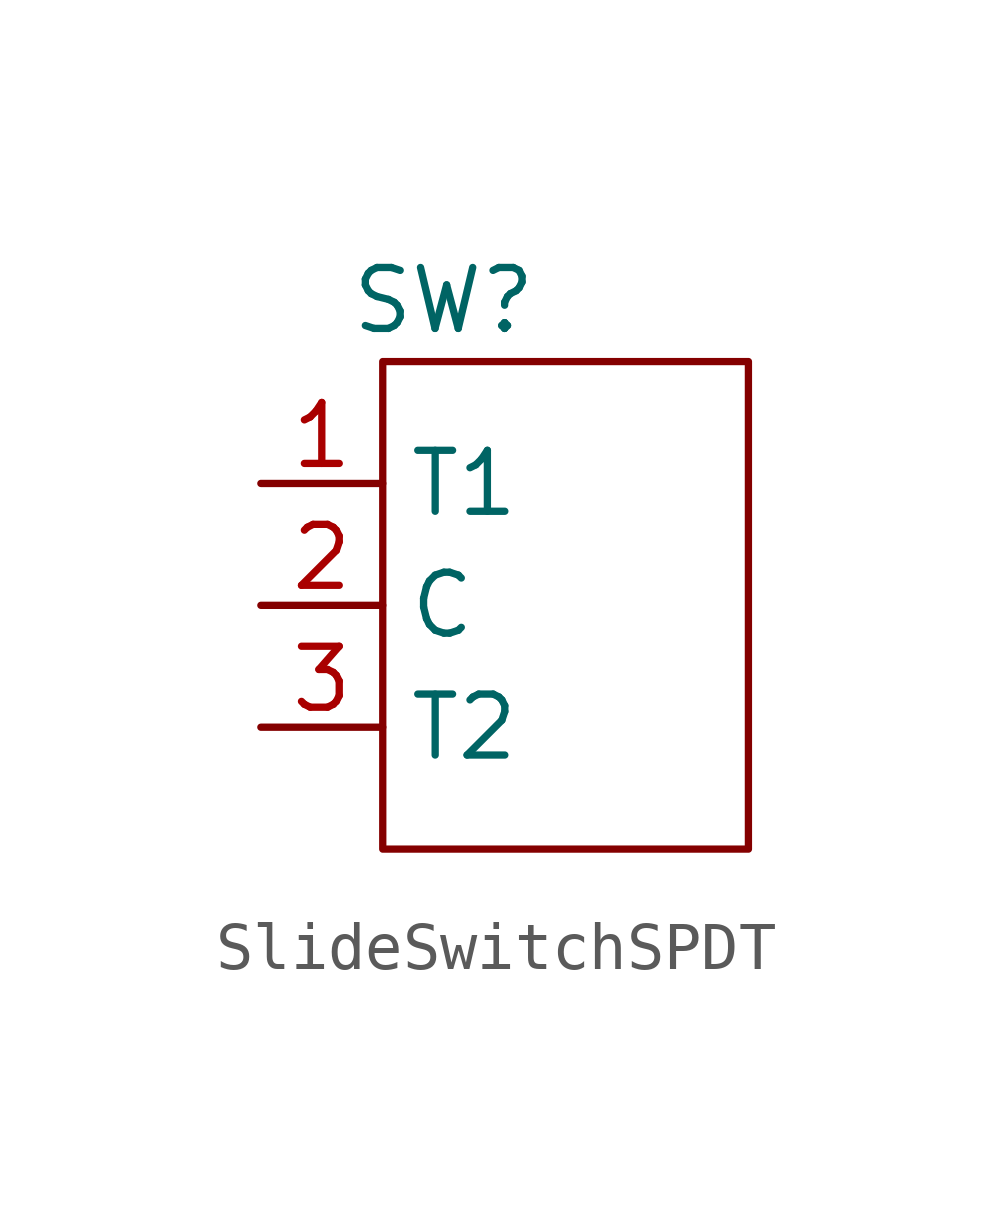
<source format=kicad_sym>
(kicad_symbol_lib
  (version 20220914)
  (generator kicad_symbol_editor)
  (symbol "SlideSwitchSPDT"
    (property "Reference" "SW"
      (at -2.54 6.35 0)
      (effects (font (size 1.27 1.27))))
    (property "Value" ""
      (at 0 0 0)
      (effects (font (size 1.27 1.27))))
    (symbol "SlideSwitchSPDT_0_1"
      (rectangle (start -3.81 5.08) (end 3.81 -5.08) (stroke (width 0) (type default)) (fill (type none))))
    (symbol "SlideSwitchSPDT_1_1"
      (pin input line (at -6.35 2.54 0) (length 2.54) (name "T1" (effects (font (size 1.27 1.27)))) (number "1" (effects (font (size 1.27 1.27)))))
      (pin input line (at -6.35 0 0) (length 2.54) (name "C" (effects (font (size 1.27 1.27)))) (number "2" (effects (font (size 1.27 1.27)))))
      (pin input line (at -6.35 -2.54 0) (length 2.54) (name "T2" (effects (font (size 1.27 1.27)))) (number "3" (effects (font (size 1.27 1.27))))))))
</source>
